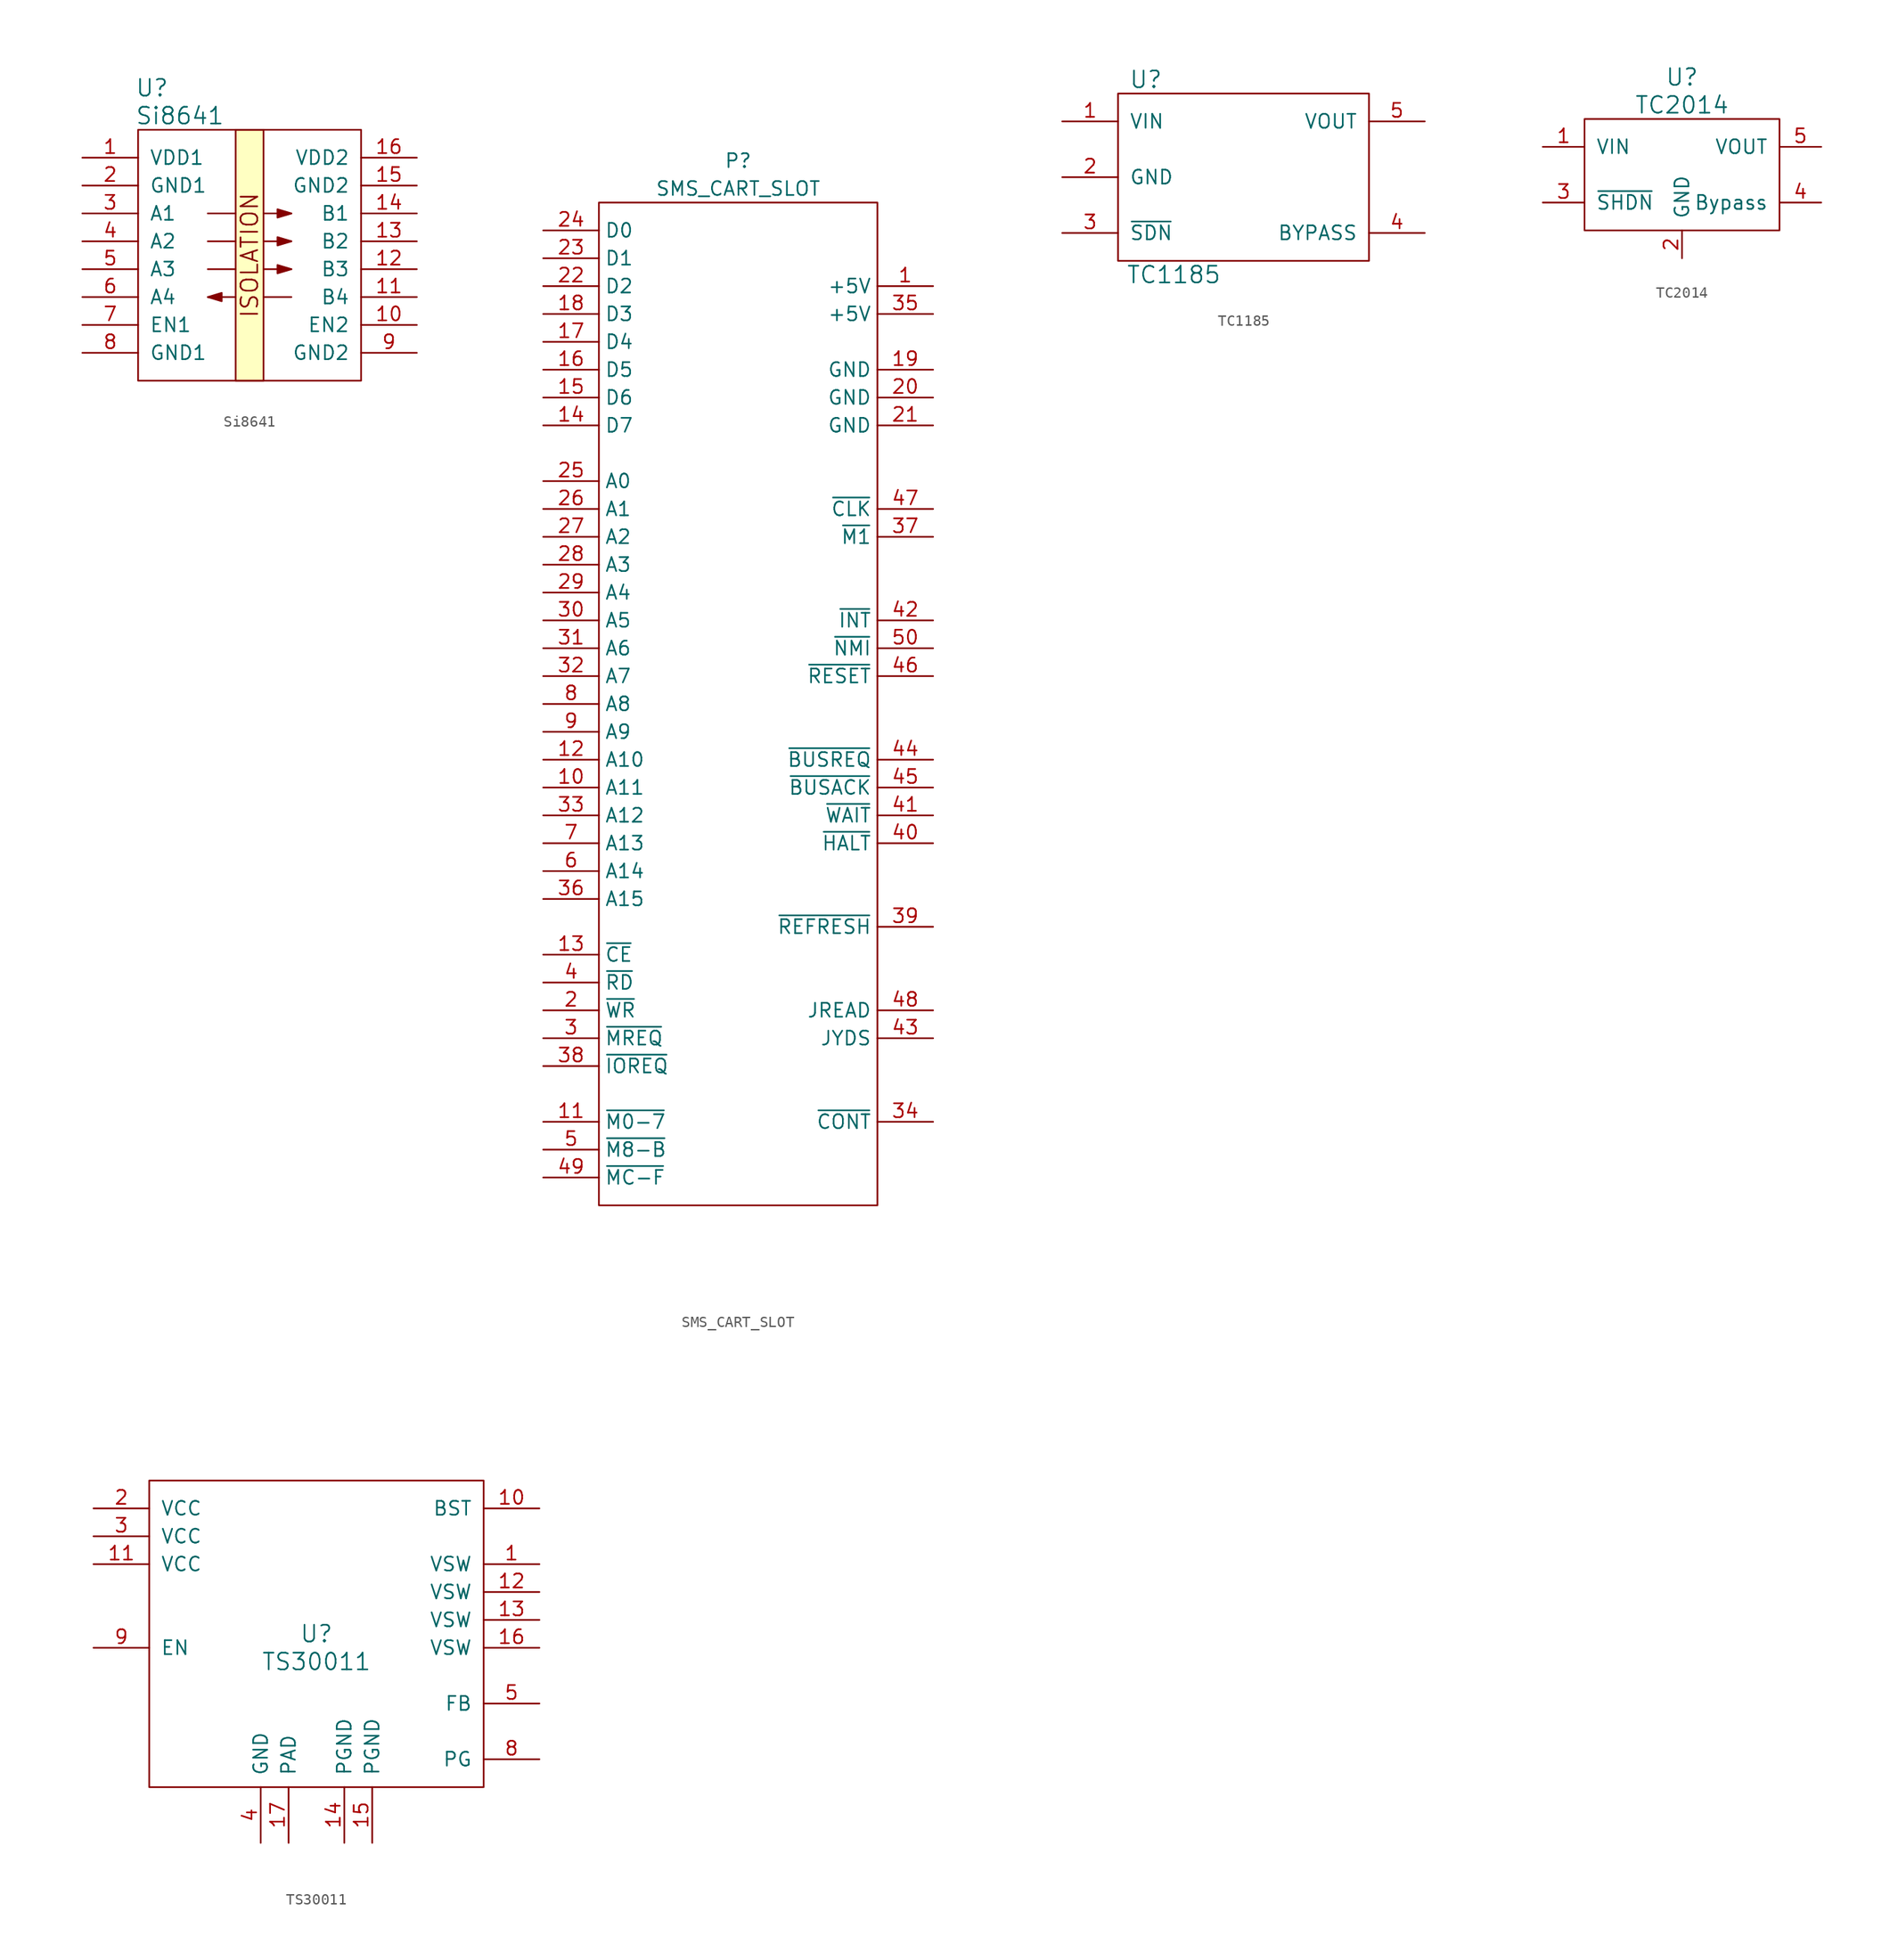
<source format=kicad_sym>
(kicad_symbol_lib
  (version 20241209)
  (generator "kicad_symbol_editor")
  (generator_version "9.0")
  (symbol "Si8641"
    (pin_names
      (offset 1.016))
    (property "Reference" "U"
      (at -8.89 15.24 0)
      (effects (font (size 1.524 1.524))))
    (property "Value" "Si8641"
      (at -6.35 12.7 0)
      (effects (font (size 1.524 1.524))))
    (property "Footprint" ""
      (at 0 3.81 0)
      (effects (font (size 1.524 1.524))))
    (property "Datasheet" ""
      (at 0 3.81 0)
      (effects (font (size 1.524 1.524))))
    (symbol "Si8641_0_0"
      (text "ISOLATION" (at 0 0 900) (effects (font (size 1.524 1.524)))))
    (symbol "Si8641_0_1"
      (rectangle (start -10.16 11.43) (end 10.16 -11.43) (stroke (width 0) (type default)) (fill (type none)))
      (polyline (pts (xy -3.81 1.27) (xy -1.27 1.27)) (stroke (width 0) (type default)) (fill (type none)))
      (polyline (pts (xy -3.81 -3.81) (xy -2.54 -4.191) (xy -2.54 -3.429) (xy -3.81 -3.81)) (stroke (width 0) (type default)) (fill (type outline)))
      (rectangle (start -1.27 11.43) (end 1.27 -11.43) (stroke (width 0) (type default)) (fill (type background)))
      (polyline (pts (xy -1.27 3.81) (xy -3.81 3.81)) (stroke (width 0) (type default)) (fill (type none)))
      (polyline (pts (xy -1.27 -1.27) (xy -3.81 -1.27)) (stroke (width 0) (type default)) (fill (type none)))
      (polyline (pts (xy -1.27 -3.81) (xy -3.81 -3.81)) (stroke (width 0) (type default)) (fill (type none)))
      (polyline (pts (xy 1.27 3.81) (xy 3.81 3.81)) (stroke (width 0) (type default)) (fill (type none)))
      (polyline (pts (xy 1.27 1.27) (xy 3.81 1.27)) (stroke (width 0) (type default)) (fill (type none)))
      (polyline (pts (xy 1.27 -1.27) (xy 3.81 -1.27)) (stroke (width 0) (type default)) (fill (type none)))
      (polyline (pts (xy 1.27 -3.81) (xy 3.81 -3.81)) (stroke (width 0) (type default)) (fill (type none)))
      (polyline (pts (xy 3.81 3.81) (xy 2.54 4.191) (xy 2.54 3.429) (xy 3.81 3.81)) (stroke (width 0) (type default)) (fill (type outline)))
      (polyline (pts (xy 3.81 1.27) (xy 2.54 1.651) (xy 2.54 0.889) (xy 3.81 1.27)) (stroke (width 0) (type default)) (fill (type outline)))
      (polyline (pts (xy 3.81 -1.27) (xy 2.54 -0.889) (xy 2.54 -1.651) (xy 3.81 -1.27)) (stroke (width 0) (type default)) (fill (type outline))))
    (symbol "Si8641_1_1"
      (pin power_in line (at -15.24 8.89 0) (length 5.08) (name "VDD1" (effects (font (size 1.27 1.27)))) (number "1" (effects (font (size 1.27 1.27)))))
      (pin power_in line (at -15.24 6.35 0) (length 5.08) (name "GND1" (effects (font (size 1.27 1.27)))) (number "2" (effects (font (size 1.27 1.27)))))
      (pin input line (at -15.24 3.81 0) (length 5.08) (name "A1" (effects (font (size 1.27 1.27)))) (number "3" (effects (font (size 1.27 1.27)))))
      (pin input line (at -15.24 1.27 0) (length 5.08) (name "A2" (effects (font (size 1.27 1.27)))) (number "4" (effects (font (size 1.27 1.27)))))
      (pin input line (at -15.24 -1.27 0) (length 5.08) (name "A3" (effects (font (size 1.27 1.27)))) (number "5" (effects (font (size 1.27 1.27)))))
      (pin output line (at -15.24 -3.81 0) (length 5.08) (name "A4" (effects (font (size 1.27 1.27)))) (number "6" (effects (font (size 1.27 1.27)))))
      (pin input line (at -15.24 -6.35 0) (length 5.08) (name "EN1" (effects (font (size 1.27 1.27)))) (number "7" (effects (font (size 1.27 1.27)))))
      (pin power_in line (at -15.24 -8.89 0) (length 5.08) (name "GND1" (effects (font (size 1.27 1.27)))) (number "8" (effects (font (size 1.27 1.27)))))
      (pin power_in line (at 15.24 8.89 180) (length 5.08) (name "VDD2" (effects (font (size 1.27 1.27)))) (number "16" (effects (font (size 1.27 1.27)))))
      (pin power_in line (at 15.24 6.35 180) (length 5.08) (name "GND2" (effects (font (size 1.27 1.27)))) (number "15" (effects (font (size 1.27 1.27)))))
      (pin output line (at 15.24 3.81 180) (length 5.08) (name "B1" (effects (font (size 1.27 1.27)))) (number "14" (effects (font (size 1.27 1.27)))))
      (pin output line (at 15.24 1.27 180) (length 5.08) (name "B2" (effects (font (size 1.27 1.27)))) (number "13" (effects (font (size 1.27 1.27)))))
      (pin output line (at 15.24 -1.27 180) (length 5.08) (name "B3" (effects (font (size 1.27 1.27)))) (number "12" (effects (font (size 1.27 1.27)))))
      (pin input line (at 15.24 -3.81 180) (length 5.08) (name "B4" (effects (font (size 1.27 1.27)))) (number "11" (effects (font (size 1.27 1.27)))))
      (pin input line (at 15.24 -6.35 180) (length 5.08) (name "EN2" (effects (font (size 1.27 1.27)))) (number "10" (effects (font (size 1.27 1.27)))))
      (pin power_in line (at 15.24 -8.89 180) (length 5.08) (name "GND2" (effects (font (size 1.27 1.27)))) (number "9" (effects (font (size 1.27 1.27)))))))
  (symbol "SMS_CART_SLOT"
    (property "Reference" "P"
      (at 0 49.53 0)
      (effects (font (size 1.27 1.27))))
    (property "Value" "SMS_CART_SLOT"
      (at 0 46.99 0)
      (effects (font (size 1.27 1.27))))
    (symbol "SMS_CART_SLOT_0_1"
      (rectangle (start -12.7 -45.72) (end 12.7 45.72) (stroke (width 0.152) (type default)) (fill (type none))))
    (symbol "SMS_CART_SLOT_1_1"
      (pin tri_state line (at -17.78 43.18 0) (length 5.08) (name "D0" (effects (font (size 1.27 1.27)))) (number "24" (effects (font (size 1.27 1.27)))))
      (pin tri_state line (at -17.78 40.64 0) (length 5.08) (name "D1" (effects (font (size 1.27 1.27)))) (number "23" (effects (font (size 1.27 1.27)))))
      (pin tri_state line (at -17.78 38.1 0) (length 5.08) (name "D2" (effects (font (size 1.27 1.27)))) (number "22" (effects (font (size 1.27 1.27)))))
      (pin tri_state line (at -17.78 35.56 0) (length 5.08) (name "D3" (effects (font (size 1.27 1.27)))) (number "18" (effects (font (size 1.27 1.27)))))
      (pin tri_state line (at -17.78 33.02 0) (length 5.08) (name "D4" (effects (font (size 1.27 1.27)))) (number "17" (effects (font (size 1.27 1.27)))))
      (pin tri_state line (at -17.78 30.48 0) (length 5.08) (name "D5" (effects (font (size 1.27 1.27)))) (number "16" (effects (font (size 1.27 1.27)))))
      (pin tri_state line (at -17.78 27.94 0) (length 5.08) (name "D6" (effects (font (size 1.27 1.27)))) (number "15" (effects (font (size 1.27 1.27)))))
      (pin tri_state line (at -17.78 25.4 0) (length 5.08) (name "D7" (effects (font (size 1.27 1.27)))) (number "14" (effects (font (size 1.27 1.27)))))
      (pin input line (at -17.78 20.32 0) (length 5.08) (name "A0" (effects (font (size 1.27 1.27)))) (number "25" (effects (font (size 1.27 1.27)))))
      (pin input line (at -17.78 17.78 0) (length 5.08) (name "A1" (effects (font (size 1.27 1.27)))) (number "26" (effects (font (size 1.27 1.27)))))
      (pin input line (at -17.78 15.24 0) (length 5.08) (name "A2" (effects (font (size 1.27 1.27)))) (number "27" (effects (font (size 1.27 1.27)))))
      (pin input line (at -17.78 12.7 0) (length 5.08) (name "A3" (effects (font (size 1.27 1.27)))) (number "28" (effects (font (size 1.27 1.27)))))
      (pin input line (at -17.78 10.16 0) (length 5.08) (name "A4" (effects (font (size 1.27 1.27)))) (number "29" (effects (font (size 1.27 1.27)))))
      (pin input line (at -17.78 7.62 0) (length 5.08) (name "A5" (effects (font (size 1.27 1.27)))) (number "30" (effects (font (size 1.27 1.27)))))
      (pin input line (at -17.78 5.08 0) (length 5.08) (name "A6" (effects (font (size 1.27 1.27)))) (number "31" (effects (font (size 1.27 1.27)))))
      (pin input line (at -17.78 2.54 0) (length 5.08) (name "A7" (effects (font (size 1.27 1.27)))) (number "32" (effects (font (size 1.27 1.27)))))
      (pin input line (at -17.78 0 0) (length 5.08) (name "A8" (effects (font (size 1.27 1.27)))) (number "8" (effects (font (size 1.27 1.27)))))
      (pin input line (at -17.78 -2.54 0) (length 5.08) (name "A9" (effects (font (size 1.27 1.27)))) (number "9" (effects (font (size 1.27 1.27)))))
      (pin input line (at -17.78 -5.08 0) (length 5.08) (name "A10" (effects (font (size 1.27 1.27)))) (number "12" (effects (font (size 1.27 1.27)))))
      (pin input line (at -17.78 -7.62 0) (length 5.08) (name "A11" (effects (font (size 1.27 1.27)))) (number "10" (effects (font (size 1.27 1.27)))))
      (pin input line (at -17.78 -10.16 0) (length 5.08) (name "A12" (effects (font (size 1.27 1.27)))) (number "33" (effects (font (size 1.27 1.27)))))
      (pin input line (at -17.78 -12.7 0) (length 5.08) (name "A13" (effects (font (size 1.27 1.27)))) (number "7" (effects (font (size 1.27 1.27)))))
      (pin input line (at -17.78 -15.24 0) (length 5.08) (name "A14" (effects (font (size 1.27 1.27)))) (number "6" (effects (font (size 1.27 1.27)))))
      (pin input line (at -17.78 -17.78 0) (length 5.08) (name "A15" (effects (font (size 1.27 1.27)))) (number "36" (effects (font (size 1.27 1.27)))))
      (pin input line (at -17.78 -22.86 0) (length 5.08) (name "~{CE}" (effects (font (size 1.27 1.27)))) (number "13" (effects (font (size 1.27 1.27)))))
      (pin input line (at -17.78 -25.4 0) (length 5.08) (name "~{RD}" (effects (font (size 1.27 1.27)))) (number "4" (effects (font (size 1.27 1.27)))))
      (pin input line (at -17.78 -27.94 0) (length 5.08) (name "~{WR}" (effects (font (size 1.27 1.27)))) (number "2" (effects (font (size 1.27 1.27)))))
      (pin input line (at -17.78 -30.48 0) (length 5.08) (name "~{MREQ}" (effects (font (size 1.27 1.27)))) (number "3" (effects (font (size 1.27 1.27)))))
      (pin input line (at -17.78 -33.02 0) (length 5.08) (name "~{IOREQ}" (effects (font (size 1.27 1.27)))) (number "38" (effects (font (size 1.27 1.27)))))
      (pin input line (at -17.78 -38.1 0) (length 5.08) (name "~{M0-7}" (effects (font (size 1.27 1.27)))) (number "11" (effects (font (size 1.27 1.27)))))
      (pin input line (at -17.78 -40.64 0) (length 5.08) (name "~{M8-B}" (effects (font (size 1.27 1.27)))) (number "5" (effects (font (size 1.27 1.27)))))
      (pin input line (at -17.78 -43.18 0) (length 5.08) (name "~{MC-F}" (effects (font (size 1.27 1.27)))) (number "49" (effects (font (size 1.27 1.27)))))
      (pin power_in line (at 17.78 38.1 180) (length 5.08) (name "+5V" (effects (font (size 1.27 1.27)))) (number "1" (effects (font (size 1.27 1.27)))))
      (pin power_in line (at 17.78 35.56 180) (length 5.08) (name "+5V" (effects (font (size 1.27 1.27)))) (number "35" (effects (font (size 1.27 1.27)))))
      (pin power_in line (at 17.78 30.48 180) (length 5.08) (name "GND" (effects (font (size 1.27 1.27)))) (number "19" (effects (font (size 1.27 1.27)))))
      (pin power_in line (at 17.78 27.94 180) (length 5.08) (name "GND" (effects (font (size 1.27 1.27)))) (number "20" (effects (font (size 1.27 1.27)))))
      (pin power_in line (at 17.78 25.4 180) (length 5.08) (name "GND" (effects (font (size 1.27 1.27)))) (number "21" (effects (font (size 1.27 1.27)))))
      (pin input line (at 17.78 17.78 180) (length 5.08) (name "~{CLK}" (effects (font (size 1.27 1.27)))) (number "47" (effects (font (size 1.27 1.27)))))
      (pin input line (at 17.78 15.24 180) (length 5.08) (name "~{M1}" (effects (font (size 1.27 1.27)))) (number "37" (effects (font (size 1.27 1.27)))))
      (pin output line (at 17.78 7.62 180) (length 5.08) (name "~{INT}" (effects (font (size 1.27 1.27)))) (number "42" (effects (font (size 1.27 1.27)))))
      (pin output line (at 17.78 5.08 180) (length 5.08) (name "~{NMI}" (effects (font (size 1.27 1.27)))) (number "50" (effects (font (size 1.27 1.27)))))
      (pin output line (at 17.78 2.54 180) (length 5.08) (name "~{RESET}" (effects (font (size 1.27 1.27)))) (number "46" (effects (font (size 1.27 1.27)))))
      (pin output line (at 17.78 -5.08 180) (length 5.08) (name "~{BUSREQ}" (effects (font (size 1.27 1.27)))) (number "44" (effects (font (size 1.27 1.27)))))
      (pin input line (at 17.78 -7.62 180) (length 5.08) (name "~{BUSACK}" (effects (font (size 1.27 1.27)))) (number "45" (effects (font (size 1.27 1.27)))))
      (pin output line (at 17.78 -10.16 180) (length 5.08) (name "~{WAIT}" (effects (font (size 1.27 1.27)))) (number "41" (effects (font (size 1.27 1.27)))))
      (pin input line (at 17.78 -12.7 180) (length 5.08) (name "~{HALT}" (effects (font (size 1.27 1.27)))) (number "40" (effects (font (size 1.27 1.27)))))
      (pin input line (at 17.78 -20.32 180) (length 5.08) (name "~{REFRESH}" (effects (font (size 1.27 1.27)))) (number "39" (effects (font (size 1.27 1.27)))))
      (pin input line (at 17.78 -27.94 180) (length 5.08) (name "JREAD" (effects (font (size 1.27 1.27)))) (number "48" (effects (font (size 1.27 1.27)))))
      (pin output line (at 17.78 -30.48 180) (length 5.08) (name "JYDS" (effects (font (size 1.27 1.27)))) (number "43" (effects (font (size 1.27 1.27)))))
      (pin output line (at 17.78 -38.1 180) (length 5.08) (name "~{CONT}" (effects (font (size 1.27 1.27)))) (number "34" (effects (font (size 1.27 1.27)))))))
  (symbol "TC1185"
    (pin_names
      (offset 1.016))
    (property "Reference" "U"
      (at -8.89 8.89 0)
      (effects (font (size 1.524 1.524))))
    (property "Value" "TC1185"
      (at -6.35 -8.89 0)
      (effects (font (size 1.524 1.524))))
    (property "Footprint" ""
      (at -1.27 0 0)
      (effects (font (size 1.524 1.524))))
    (property "Datasheet" ""
      (at -1.27 0 0)
      (effects (font (size 1.524 1.524))))
    (symbol "TC1185_0_1"
      (rectangle (start -11.43 7.62) (end 11.43 -7.62) (stroke (width 0) (type default)) (fill (type none))))
    (symbol "TC1185_1_1"
      (pin power_in line (at -16.51 5.08 0) (length 5.08) (name "VIN" (effects (font (size 1.27 1.27)))) (number "1" (effects (font (size 1.27 1.27)))))
      (pin power_in line (at -16.51 0 0) (length 5.08) (name "GND" (effects (font (size 1.27 1.27)))) (number "2" (effects (font (size 1.27 1.27)))))
      (pin input line (at -16.51 -5.08 0) (length 5.08) (name "~{SDN}" (effects (font (size 1.27 1.27)))) (number "3" (effects (font (size 1.27 1.27)))))
      (pin power_out line (at 16.51 5.08 180) (length 5.08) (name "VOUT" (effects (font (size 1.27 1.27)))) (number "5" (effects (font (size 1.27 1.27)))))
      (pin passive line (at 16.51 -5.08 180) (length 5.08) (name "BYPASS" (effects (font (size 1.27 1.27)))) (number "4" (effects (font (size 1.27 1.27)))))))
  (symbol "TC2014"
    (pin_names
      (offset 1.016))
    (property "Reference" "U"
      (at 0 7.62 0)
      (effects (font (size 1.524 1.524))))
    (property "Value" "TC2014"
      (at 0 5.08 0)
      (effects (font (size 1.524 1.524))))
    (property "Footprint" ""
      (at 2.54 0 0)
      (effects (font (size 1.524 1.524))))
    (property "Datasheet" ""
      (at 2.54 0 0)
      (effects (font (size 1.524 1.524))))
    (symbol "TC2014_0_1"
      (rectangle (start -8.89 3.81) (end 8.89 -6.35) (stroke (width 0) (type default)) (fill (type none))))
    (symbol "TC2014_1_1"
      (pin power_in line (at -12.7 1.27 0) (length 3.81) (name "VIN" (effects (font (size 1.27 1.27)))) (number "1" (effects (font (size 1.27 1.27)))))
      (pin input line (at -12.7 -3.81 0) (length 3.81) (name "~{SHDN}" (effects (font (size 1.27 1.27)))) (number "3" (effects (font (size 1.27 1.27)))))
      (pin power_in line (at 0 -8.89 90) (length 2.54) (name "GND" (effects (font (size 1.27 1.27)))) (number "2" (effects (font (size 1.27 1.27)))))
      (pin power_out line (at 12.7 1.27 180) (length 3.81) (name "VOUT" (effects (font (size 1.27 1.27)))) (number "5" (effects (font (size 1.27 1.27)))))
      (pin power_out line (at 12.7 -3.81 180) (length 3.81) (name "Bypass" (effects (font (size 1.27 1.27)))) (number "4" (effects (font (size 1.27 1.27)))))))
  (symbol "TS30011"
    (pin_names
      (offset 1.016))
    (property "Reference" "U"
      (at 0 0 0)
      (effects (font (size 1.524 1.524))))
    (property "Value" "TS30011"
      (at 0 -2.54 0)
      (effects (font (size 1.524 1.524))))
    (property "Footprint" ""
      (at 0 0 0)
      (effects (font (size 1.524 1.524))))
    (property "Datasheet" ""
      (at 0 0 0)
      (effects (font (size 1.524 1.524))))
    (symbol "TS30011_0_1"
      (rectangle (start -15.24 13.97) (end 15.24 -13.97) (stroke (width 0) (type default)) (fill (type none))))
    (symbol "TS30011_1_1"
      (pin power_in line (at -20.32 11.43 0) (length 5.08) (name "VCC" (effects (font (size 1.27 1.27)))) (number "2" (effects (font (size 1.27 1.27)))))
      (pin power_in line (at -20.32 8.89 0) (length 5.08) (name "VCC" (effects (font (size 1.27 1.27)))) (number "3" (effects (font (size 1.27 1.27)))))
      (pin power_in line (at -20.32 6.35 0) (length 5.08) (name "VCC" (effects (font (size 1.27 1.27)))) (number "11" (effects (font (size 1.27 1.27)))))
      (pin input line (at -20.32 -1.27 0) (length 5.08) (name "EN" (effects (font (size 1.27 1.27)))) (number "9" (effects (font (size 1.27 1.27)))))
      (pin power_in line (at -5.08 -19.05 90) (length 5.08) (name "GND" (effects (font (size 1.27 1.27)))) (number "4" (effects (font (size 1.27 1.27)))))
      (pin power_in line (at -2.54 -19.05 90) (length 5.08) (name "PAD" (effects (font (size 1.27 1.27)))) (number "17" (effects (font (size 1.27 1.27)))))
      (pin no_connect line (at -1.27 19.05 270) (length 5.08) (hide yes) (name "NC" (effects (font (size 1.27 1.27)))) (number "6" (effects (font (size 1.27 1.27)))))
      (pin no_connect line (at 1.27 19.05 270) (length 5.08) (hide yes) (name "NC" (effects (font (size 1.27 1.27)))) (number "7" (effects (font (size 1.27 1.27)))))
      (pin power_in line (at 2.54 -19.05 90) (length 5.08) (name "PGND" (effects (font (size 1.27 1.27)))) (number "14" (effects (font (size 1.27 1.27)))))
      (pin power_in line (at 5.08 -19.05 90) (length 5.08) (name "PGND" (effects (font (size 1.27 1.27)))) (number "15" (effects (font (size 1.27 1.27)))))
      (pin passive line (at 20.32 11.43 180) (length 5.08) (name "BST" (effects (font (size 1.27 1.27)))) (number "10" (effects (font (size 1.27 1.27)))))
      (pin passive line (at 20.32 6.35 180) (length 5.08) (name "VSW" (effects (font (size 1.27 1.27)))) (number "1" (effects (font (size 1.27 1.27)))))
      (pin passive line (at 20.32 3.81 180) (length 5.08) (name "VSW" (effects (font (size 1.27 1.27)))) (number "12" (effects (font (size 1.27 1.27)))))
      (pin passive line (at 20.32 1.27 180) (length 5.08) (name "VSW" (effects (font (size 1.27 1.27)))) (number "13" (effects (font (size 1.27 1.27)))))
      (pin passive line (at 20.32 -1.27 180) (length 5.08) (name "VSW" (effects (font (size 1.27 1.27)))) (number "16" (effects (font (size 1.27 1.27)))))
      (pin input line (at 20.32 -6.35 180) (length 5.08) (name "FB" (effects (font (size 1.27 1.27)))) (number "5" (effects (font (size 1.27 1.27)))))
      (pin input line (at 20.32 -11.43 180) (length 5.08) (name "PG" (effects (font (size 1.27 1.27)))) (number "8" (effects (font (size 1.27 1.27))))))))
</source>
